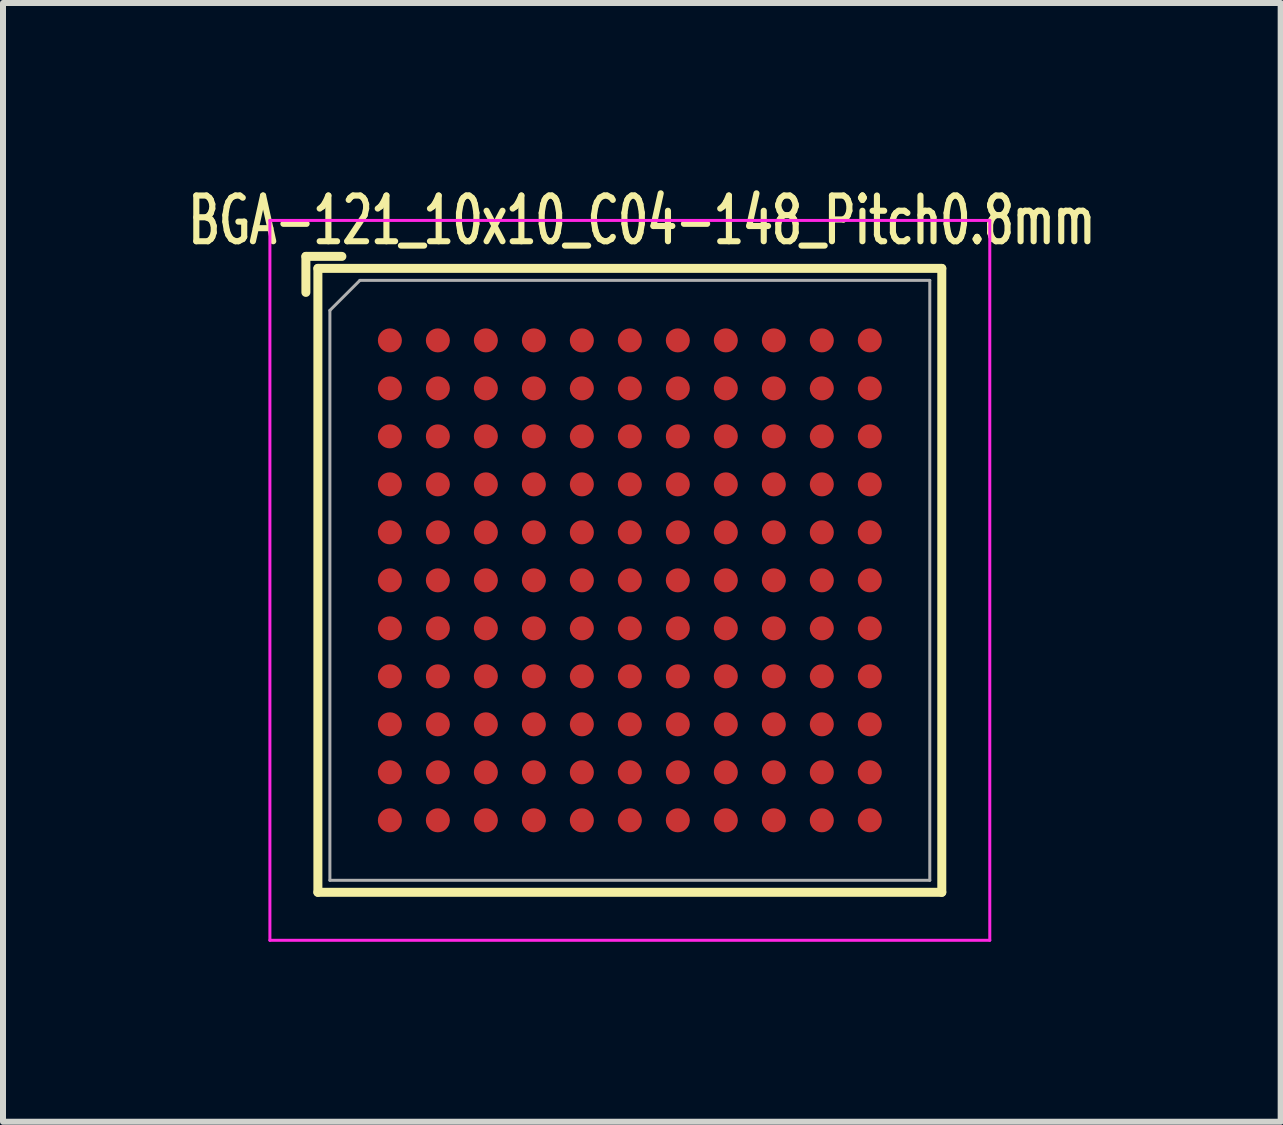
<source format=kicad_pcb>
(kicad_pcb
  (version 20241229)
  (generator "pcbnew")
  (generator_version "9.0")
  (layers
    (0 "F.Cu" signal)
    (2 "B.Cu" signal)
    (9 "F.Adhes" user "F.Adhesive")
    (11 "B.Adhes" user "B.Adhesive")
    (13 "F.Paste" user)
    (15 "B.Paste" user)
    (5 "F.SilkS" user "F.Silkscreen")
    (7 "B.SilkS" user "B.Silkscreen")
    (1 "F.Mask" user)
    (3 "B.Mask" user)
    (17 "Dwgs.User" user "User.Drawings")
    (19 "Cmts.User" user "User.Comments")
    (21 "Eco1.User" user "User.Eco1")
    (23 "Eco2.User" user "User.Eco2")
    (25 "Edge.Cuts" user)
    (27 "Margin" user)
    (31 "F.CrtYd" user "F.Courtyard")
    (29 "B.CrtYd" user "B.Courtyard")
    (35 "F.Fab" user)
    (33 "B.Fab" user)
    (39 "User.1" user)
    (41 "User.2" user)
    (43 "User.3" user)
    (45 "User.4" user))
  (footprint "BGA-121_10x10_C04-148_Pitch0.8mm"
    (layer "F.Cu")
    (at 7.449 6.624)
    (property "Reference" "BGA-121_10x10_C04-148_Pitch0.8mm" (at 0.2 -6 0) (layer "F.SilkS") (effects (font (size 0.762 0.508) (thickness 0.102))))
    (attr smd)
    (fp_line (start -5.4 -5.4) (end -5.4 -4.8) (stroke (width 0.15) (type solid)) (layer "F.SilkS"))
    (fp_line (start -5.2 -5.2) (end -5.2 5.2) (stroke (width 0.15) (type solid)) (layer "F.SilkS"))
    (fp_line (start -5.2 5.2) (end 5.2 5.2) (stroke (width 0.15) (type solid)) (layer "F.SilkS"))
    (fp_line (start -4.8 -5.4) (end -5.4 -5.4) (stroke (width 0.15) (type solid)) (layer "F.SilkS"))
    (fp_line (start 5.2 -5.2) (end -5.2 -5.2) (stroke (width 0.15) (type solid)) (layer "F.SilkS"))
    (fp_line (start 5.2 5.2) (end 5.2 -5.2) (stroke (width 0.15) (type solid)) (layer "F.SilkS"))
    (fp_line (start -6 -6) (end 6 -6) (stroke (width 0.05) (type solid)) (layer "F.CrtYd"))
    (fp_line (start -6 6) (end -6 -6) (stroke (width 0.05) (type solid)) (layer "F.CrtYd"))
    (fp_line (start 6 -6) (end 6 6) (stroke (width 0.05) (type solid)) (layer "F.CrtYd"))
    (fp_line (start 6 6) (end -6 6) (stroke (width 0.05) (type solid)) (layer "F.CrtYd"))
    (fp_line (start -5 -4.5) (end -4.5 -5) (stroke (width 0.05) (type solid)) (layer "F.Fab"))
    (fp_line (start -5 5) (end -5 -4.5) (stroke (width 0.05) (type solid)) (layer "F.Fab"))
    (fp_line (start -4.5 -5) (end 5 -5) (stroke (width 0.05) (type solid)) (layer "F.Fab"))
    (fp_line (start 5 -5) (end 5 5) (stroke (width 0.05) (type solid)) (layer "F.Fab"))
    (fp_line (start 5 5) (end -5 5) (stroke (width 0.05) (type solid)) (layer "F.Fab"))
    (pad "A1" smd circle (at -4 -4) (size 0.4 0.4) (layers "F.Cu" "F.Mask" "F.Paste"))
    (pad "A2" smd circle (at -3.2 -4) (size 0.4 0.4) (layers "F.Cu" "F.Mask" "F.Paste"))
    (pad "A3" smd circle (at -2.4 -4) (size 0.4 0.4) (layers "F.Cu" "F.Mask" "F.Paste"))
    (pad "A4" smd circle (at -1.6 -4) (size 0.4 0.4) (layers "F.Cu" "F.Mask" "F.Paste"))
    (pad "A5" smd circle (at -0.8 -4) (size 0.4 0.4) (layers "F.Cu" "F.Mask" "F.Paste"))
    (pad "A6" smd circle (at 0 -4) (size 0.4 0.4) (layers "F.Cu" "F.Mask" "F.Paste"))
    (pad "A7" smd circle (at 0.8 -4) (size 0.4 0.4) (layers "F.Cu" "F.Mask" "F.Paste"))
    (pad "A8" smd circle (at 1.6 -4) (size 0.4 0.4) (layers "F.Cu" "F.Mask" "F.Paste"))
    (pad "A9" smd circle (at 2.4 -4) (size 0.4 0.4) (layers "F.Cu" "F.Mask" "F.Paste"))
    (pad "A10" smd circle (at 3.2 -4) (size 0.4 0.4) (layers "F.Cu" "F.Mask" "F.Paste"))
    (pad "A11" smd circle (at 4 -4) (size 0.4 0.4) (layers "F.Cu" "F.Mask" "F.Paste"))
    (pad "B1" smd circle (at -4 -3.2) (size 0.4 0.4) (layers "F.Cu" "F.Mask" "F.Paste"))
    (pad "B2" smd circle (at -3.2 -3.2) (size 0.4 0.4) (layers "F.Cu" "F.Mask" "F.Paste"))
    (pad "B3" smd circle (at -2.4 -3.2) (size 0.4 0.4) (layers "F.Cu" "F.Mask" "F.Paste"))
    (pad "B4" smd circle (at -1.6 -3.2) (size 0.4 0.4) (layers "F.Cu" "F.Mask" "F.Paste"))
    (pad "B5" smd circle (at -0.8 -3.2) (size 0.4 0.4) (layers "F.Cu" "F.Mask" "F.Paste"))
    (pad "B6" smd circle (at 0 -3.2) (size 0.4 0.4) (layers "F.Cu" "F.Mask" "F.Paste"))
    (pad "B7" smd circle (at 0.8 -3.2) (size 0.4 0.4) (layers "F.Cu" "F.Mask" "F.Paste"))
    (pad "B8" smd circle (at 1.6 -3.2) (size 0.4 0.4) (layers "F.Cu" "F.Mask" "F.Paste"))
    (pad "B9" smd circle (at 2.4 -3.2) (size 0.4 0.4) (layers "F.Cu" "F.Mask" "F.Paste"))
    (pad "B10" smd circle (at 3.2 -3.2) (size 0.4 0.4) (layers "F.Cu" "F.Mask" "F.Paste"))
    (pad "B11" smd circle (at 4 -3.2) (size 0.4 0.4) (layers "F.Cu" "F.Mask" "F.Paste"))
    (pad "C1" smd circle (at -4 -2.4) (size 0.4 0.4) (layers "F.Cu" "F.Mask" "F.Paste"))
    (pad "C2" smd circle (at -3.2 -2.4) (size 0.4 0.4) (layers "F.Cu" "F.Mask" "F.Paste"))
    (pad "C3" smd circle (at -2.4 -2.4) (size 0.4 0.4) (layers "F.Cu" "F.Mask" "F.Paste"))
    (pad "C4" smd circle (at -1.6 -2.4) (size 0.4 0.4) (layers "F.Cu" "F.Mask" "F.Paste"))
    (pad "C5" smd circle (at -0.8 -2.4) (size 0.4 0.4) (layers "F.Cu" "F.Mask" "F.Paste"))
    (pad "C6" smd circle (at 0 -2.4) (size 0.4 0.4) (layers "F.Cu" "F.Mask" "F.Paste"))
    (pad "C7" smd circle (at 0.8 -2.4) (size 0.4 0.4) (layers "F.Cu" "F.Mask" "F.Paste"))
    (pad "C8" smd circle (at 1.6 -2.4) (size 0.4 0.4) (layers "F.Cu" "F.Mask" "F.Paste"))
    (pad "C9" smd circle (at 2.4 -2.4) (size 0.4 0.4) (layers "F.Cu" "F.Mask" "F.Paste"))
    (pad "C10" smd circle (at 3.2 -2.4) (size 0.4 0.4) (layers "F.Cu" "F.Mask" "F.Paste"))
    (pad "C11" smd circle (at 4 -2.4) (size 0.4 0.4) (layers "F.Cu" "F.Mask" "F.Paste"))
    (pad "D1" smd circle (at -4 -1.6) (size 0.4 0.4) (layers "F.Cu" "F.Mask" "F.Paste"))
    (pad "D2" smd circle (at -3.2 -1.6) (size 0.4 0.4) (layers "F.Cu" "F.Mask" "F.Paste"))
    (pad "D3" smd circle (at -2.4 -1.6) (size 0.4 0.4) (layers "F.Cu" "F.Mask" "F.Paste"))
    (pad "D4" smd circle (at -1.6 -1.6) (size 0.4 0.4) (layers "F.Cu" "F.Mask" "F.Paste"))
    (pad "D5" smd circle (at -0.8 -1.6) (size 0.4 0.4) (layers "F.Cu" "F.Mask" "F.Paste"))
    (pad "D6" smd circle (at 0 -1.6) (size 0.4 0.4) (layers "F.Cu" "F.Mask" "F.Paste"))
    (pad "D7" smd circle (at 0.8 -1.6) (size 0.4 0.4) (layers "F.Cu" "F.Mask" "F.Paste"))
    (pad "D8" smd circle (at 1.6 -1.6) (size 0.4 0.4) (layers "F.Cu" "F.Mask" "F.Paste"))
    (pad "D9" smd circle (at 2.4 -1.6) (size 0.4 0.4) (layers "F.Cu" "F.Mask" "F.Paste"))
    (pad "D10" smd circle (at 3.2 -1.6) (size 0.4 0.4) (layers "F.Cu" "F.Mask" "F.Paste"))
    (pad "D11" smd circle (at 4 -1.6) (size 0.4 0.4) (layers "F.Cu" "F.Mask" "F.Paste"))
    (pad "E1" smd circle (at -4 -0.8) (size 0.4 0.4) (layers "F.Cu" "F.Mask" "F.Paste"))
    (pad "E2" smd circle (at -3.2 -0.8) (size 0.4 0.4) (layers "F.Cu" "F.Mask" "F.Paste"))
    (pad "E3" smd circle (at -2.4 -0.8) (size 0.4 0.4) (layers "F.Cu" "F.Mask" "F.Paste"))
    (pad "E4" smd circle (at -1.6 -0.8) (size 0.4 0.4) (layers "F.Cu" "F.Mask" "F.Paste"))
    (pad "E5" smd circle (at -0.8 -0.8) (size 0.4 0.4) (layers "F.Cu" "F.Mask" "F.Paste"))
    (pad "E6" smd circle (at 0 -0.8) (size 0.4 0.4) (layers "F.Cu" "F.Mask" "F.Paste"))
    (pad "E7" smd circle (at 0.8 -0.8) (size 0.4 0.4) (layers "F.Cu" "F.Mask" "F.Paste"))
    (pad "E8" smd circle (at 1.6 -0.8) (size 0.4 0.4) (layers "F.Cu" "F.Mask" "F.Paste"))
    (pad "E9" smd circle (at 2.4 -0.8) (size 0.4 0.4) (layers "F.Cu" "F.Mask" "F.Paste"))
    (pad "E10" smd circle (at 3.2 -0.8) (size 0.4 0.4) (layers "F.Cu" "F.Mask" "F.Paste"))
    (pad "E11" smd circle (at 4 -0.8) (size 0.4 0.4) (layers "F.Cu" "F.Mask" "F.Paste"))
    (pad "F1" smd circle (at -4 0) (size 0.4 0.4) (layers "F.Cu" "F.Mask" "F.Paste"))
    (pad "F2" smd circle (at -3.2 0) (size 0.4 0.4) (layers "F.Cu" "F.Mask" "F.Paste"))
    (pad "F3" smd circle (at -2.4 0) (size 0.4 0.4) (layers "F.Cu" "F.Mask" "F.Paste"))
    (pad "F4" smd circle (at -1.6 0) (size 0.4 0.4) (layers "F.Cu" "F.Mask" "F.Paste"))
    (pad "F5" smd circle (at -0.8 0) (size 0.4 0.4) (layers "F.Cu" "F.Mask" "F.Paste"))
    (pad "F6" smd circle (at 0 0) (size 0.4 0.4) (layers "F.Cu" "F.Mask" "F.Paste"))
    (pad "F7" smd circle (at 0.8 0) (size 0.4 0.4) (layers "F.Cu" "F.Mask" "F.Paste"))
    (pad "F8" smd circle (at 1.6 0) (size 0.4 0.4) (layers "F.Cu" "F.Mask" "F.Paste"))
    (pad "F9" smd circle (at 2.4 0) (size 0.4 0.4) (layers "F.Cu" "F.Mask" "F.Paste"))
    (pad "F10" smd circle (at 3.2 0) (size 0.4 0.4) (layers "F.Cu" "F.Mask" "F.Paste"))
    (pad "F11" smd circle (at 4 0) (size 0.4 0.4) (layers "F.Cu" "F.Mask" "F.Paste"))
    (pad "G1" smd circle (at -4 0.8) (size 0.4 0.4) (layers "F.Cu" "F.Mask" "F.Paste"))
    (pad "G2" smd circle (at -3.2 0.8) (size 0.4 0.4) (layers "F.Cu" "F.Mask" "F.Paste"))
    (pad "G3" smd circle (at -2.4 0.8) (size 0.4 0.4) (layers "F.Cu" "F.Mask" "F.Paste"))
    (pad "G4" smd circle (at -1.6 0.8) (size 0.4 0.4) (layers "F.Cu" "F.Mask" "F.Paste"))
    (pad "G5" smd circle (at -0.8 0.8) (size 0.4 0.4) (layers "F.Cu" "F.Mask" "F.Paste"))
    (pad "G6" smd circle (at 0 0.8) (size 0.4 0.4) (layers "F.Cu" "F.Mask" "F.Paste"))
    (pad "G7" smd circle (at 0.8 0.8) (size 0.4 0.4) (layers "F.Cu" "F.Mask" "F.Paste"))
    (pad "G8" smd circle (at 1.6 0.8) (size 0.4 0.4) (layers "F.Cu" "F.Mask" "F.Paste"))
    (pad "G9" smd circle (at 2.4 0.8) (size 0.4 0.4) (layers "F.Cu" "F.Mask" "F.Paste"))
    (pad "G10" smd circle (at 3.2 0.8) (size 0.4 0.4) (layers "F.Cu" "F.Mask" "F.Paste"))
    (pad "G11" smd circle (at 4 0.8) (size 0.4 0.4) (layers "F.Cu" "F.Mask" "F.Paste"))
    (pad "H1" smd circle (at -4 1.6) (size 0.4 0.4) (layers "F.Cu" "F.Mask" "F.Paste"))
    (pad "H2" smd circle (at -3.2 1.6) (size 0.4 0.4) (layers "F.Cu" "F.Mask" "F.Paste"))
    (pad "H3" smd circle (at -2.4 1.6) (size 0.4 0.4) (layers "F.Cu" "F.Mask" "F.Paste"))
    (pad "H4" smd circle (at -1.6 1.6) (size 0.4 0.4) (layers "F.Cu" "F.Mask" "F.Paste"))
    (pad "H5" smd circle (at -0.8 1.6) (size 0.4 0.4) (layers "F.Cu" "F.Mask" "F.Paste"))
    (pad "H6" smd circle (at 0 1.6) (size 0.4 0.4) (layers "F.Cu" "F.Mask" "F.Paste"))
    (pad "H7" smd circle (at 0.8 1.6) (size 0.4 0.4) (layers "F.Cu" "F.Mask" "F.Paste"))
    (pad "H8" smd circle (at 1.6 1.6) (size 0.4 0.4) (layers "F.Cu" "F.Mask" "F.Paste"))
    (pad "H9" smd circle (at 2.4 1.6) (size 0.4 0.4) (layers "F.Cu" "F.Mask" "F.Paste"))
    (pad "H10" smd circle (at 3.2 1.6) (size 0.4 0.4) (layers "F.Cu" "F.Mask" "F.Paste"))
    (pad "H11" smd circle (at 4 1.6) (size 0.4 0.4) (layers "F.Cu" "F.Mask" "F.Paste"))
    (pad "J1" smd circle (at -4 2.4) (size 0.4 0.4) (layers "F.Cu" "F.Mask" "F.Paste"))
    (pad "J2" smd circle (at -3.2 2.4) (size 0.4 0.4) (layers "F.Cu" "F.Mask" "F.Paste"))
    (pad "J3" smd circle (at -2.4 2.4) (size 0.4 0.4) (layers "F.Cu" "F.Mask" "F.Paste"))
    (pad "J4" smd circle (at -1.6 2.4) (size 0.4 0.4) (layers "F.Cu" "F.Mask" "F.Paste"))
    (pad "J5" smd circle (at -0.8 2.4) (size 0.4 0.4) (layers "F.Cu" "F.Mask" "F.Paste"))
    (pad "J6" smd circle (at 0 2.4) (size 0.4 0.4) (layers "F.Cu" "F.Mask" "F.Paste"))
    (pad "J7" smd circle (at 0.8 2.4) (size 0.4 0.4) (layers "F.Cu" "F.Mask" "F.Paste"))
    (pad "J8" smd circle (at 1.6 2.4) (size 0.4 0.4) (layers "F.Cu" "F.Mask" "F.Paste"))
    (pad "J9" smd circle (at 2.4 2.4) (size 0.4 0.4) (layers "F.Cu" "F.Mask" "F.Paste"))
    (pad "J10" smd circle (at 3.2 2.4) (size 0.4 0.4) (layers "F.Cu" "F.Mask" "F.Paste"))
    (pad "J11" smd circle (at 4 2.4) (size 0.4 0.4) (layers "F.Cu" "F.Mask" "F.Paste"))
    (pad "K1" smd circle (at -4 3.2) (size 0.4 0.4) (layers "F.Cu" "F.Mask" "F.Paste"))
    (pad "K2" smd circle (at -3.2 3.2) (size 0.4 0.4) (layers "F.Cu" "F.Mask" "F.Paste"))
    (pad "K3" smd circle (at -2.4 3.2) (size 0.4 0.4) (layers "F.Cu" "F.Mask" "F.Paste"))
    (pad "K4" smd circle (at -1.6 3.2) (size 0.4 0.4) (layers "F.Cu" "F.Mask" "F.Paste"))
    (pad "K5" smd circle (at -0.8 3.2) (size 0.4 0.4) (layers "F.Cu" "F.Mask" "F.Paste"))
    (pad "K6" smd circle (at 0 3.2) (size 0.4 0.4) (layers "F.Cu" "F.Mask" "F.Paste"))
    (pad "K7" smd circle (at 0.8 3.2) (size 0.4 0.4) (layers "F.Cu" "F.Mask" "F.Paste"))
    (pad "K8" smd circle (at 1.6 3.2) (size 0.4 0.4) (layers "F.Cu" "F.Mask" "F.Paste"))
    (pad "K9" smd circle (at 2.4 3.2) (size 0.4 0.4) (layers "F.Cu" "F.Mask" "F.Paste"))
    (pad "K10" smd circle (at 3.2 3.2) (size 0.4 0.4) (layers "F.Cu" "F.Mask" "F.Paste"))
    (pad "K11" smd circle (at 4 3.2) (size 0.4 0.4) (layers "F.Cu" "F.Mask" "F.Paste"))
    (pad "L1" smd circle (at -4 4) (size 0.4 0.4) (layers "F.Cu" "F.Mask" "F.Paste"))
    (pad "L2" smd circle (at -3.2 4) (size 0.4 0.4) (layers "F.Cu" "F.Mask" "F.Paste"))
    (pad "L3" smd circle (at -2.4 4) (size 0.4 0.4) (layers "F.Cu" "F.Mask" "F.Paste"))
    (pad "L4" smd circle (at -1.6 4) (size 0.4 0.4) (layers "F.Cu" "F.Mask" "F.Paste"))
    (pad "L5" smd circle (at -0.8 4) (size 0.4 0.4) (layers "F.Cu" "F.Mask" "F.Paste"))
    (pad "L6" smd circle (at 0 4) (size 0.4 0.4) (layers "F.Cu" "F.Mask" "F.Paste"))
    (pad "L7" smd circle (at 0.8 4) (size 0.4 0.4) (layers "F.Cu" "F.Mask" "F.Paste"))
    (pad "L8" smd circle (at 1.6 4) (size 0.4 0.4) (layers "F.Cu" "F.Mask" "F.Paste"))
    (pad "L9" smd circle (at 2.4 4) (size 0.4 0.4) (layers "F.Cu" "F.Mask" "F.Paste"))
    (pad "L10" smd circle (at 3.2 4) (size 0.4 0.4) (layers "F.Cu" "F.Mask" "F.Paste"))
    (pad "L11" smd circle (at 4 4) (size 0.4 0.4) (layers "F.Cu" "F.Mask" "F.Paste")))
  (gr_rect
    (start -3 -3)
    (end 18.298 15.649)
    (stroke (width 0.1) (type default))
    (fill no)
    (layer "Edge.Cuts")))
</source>
